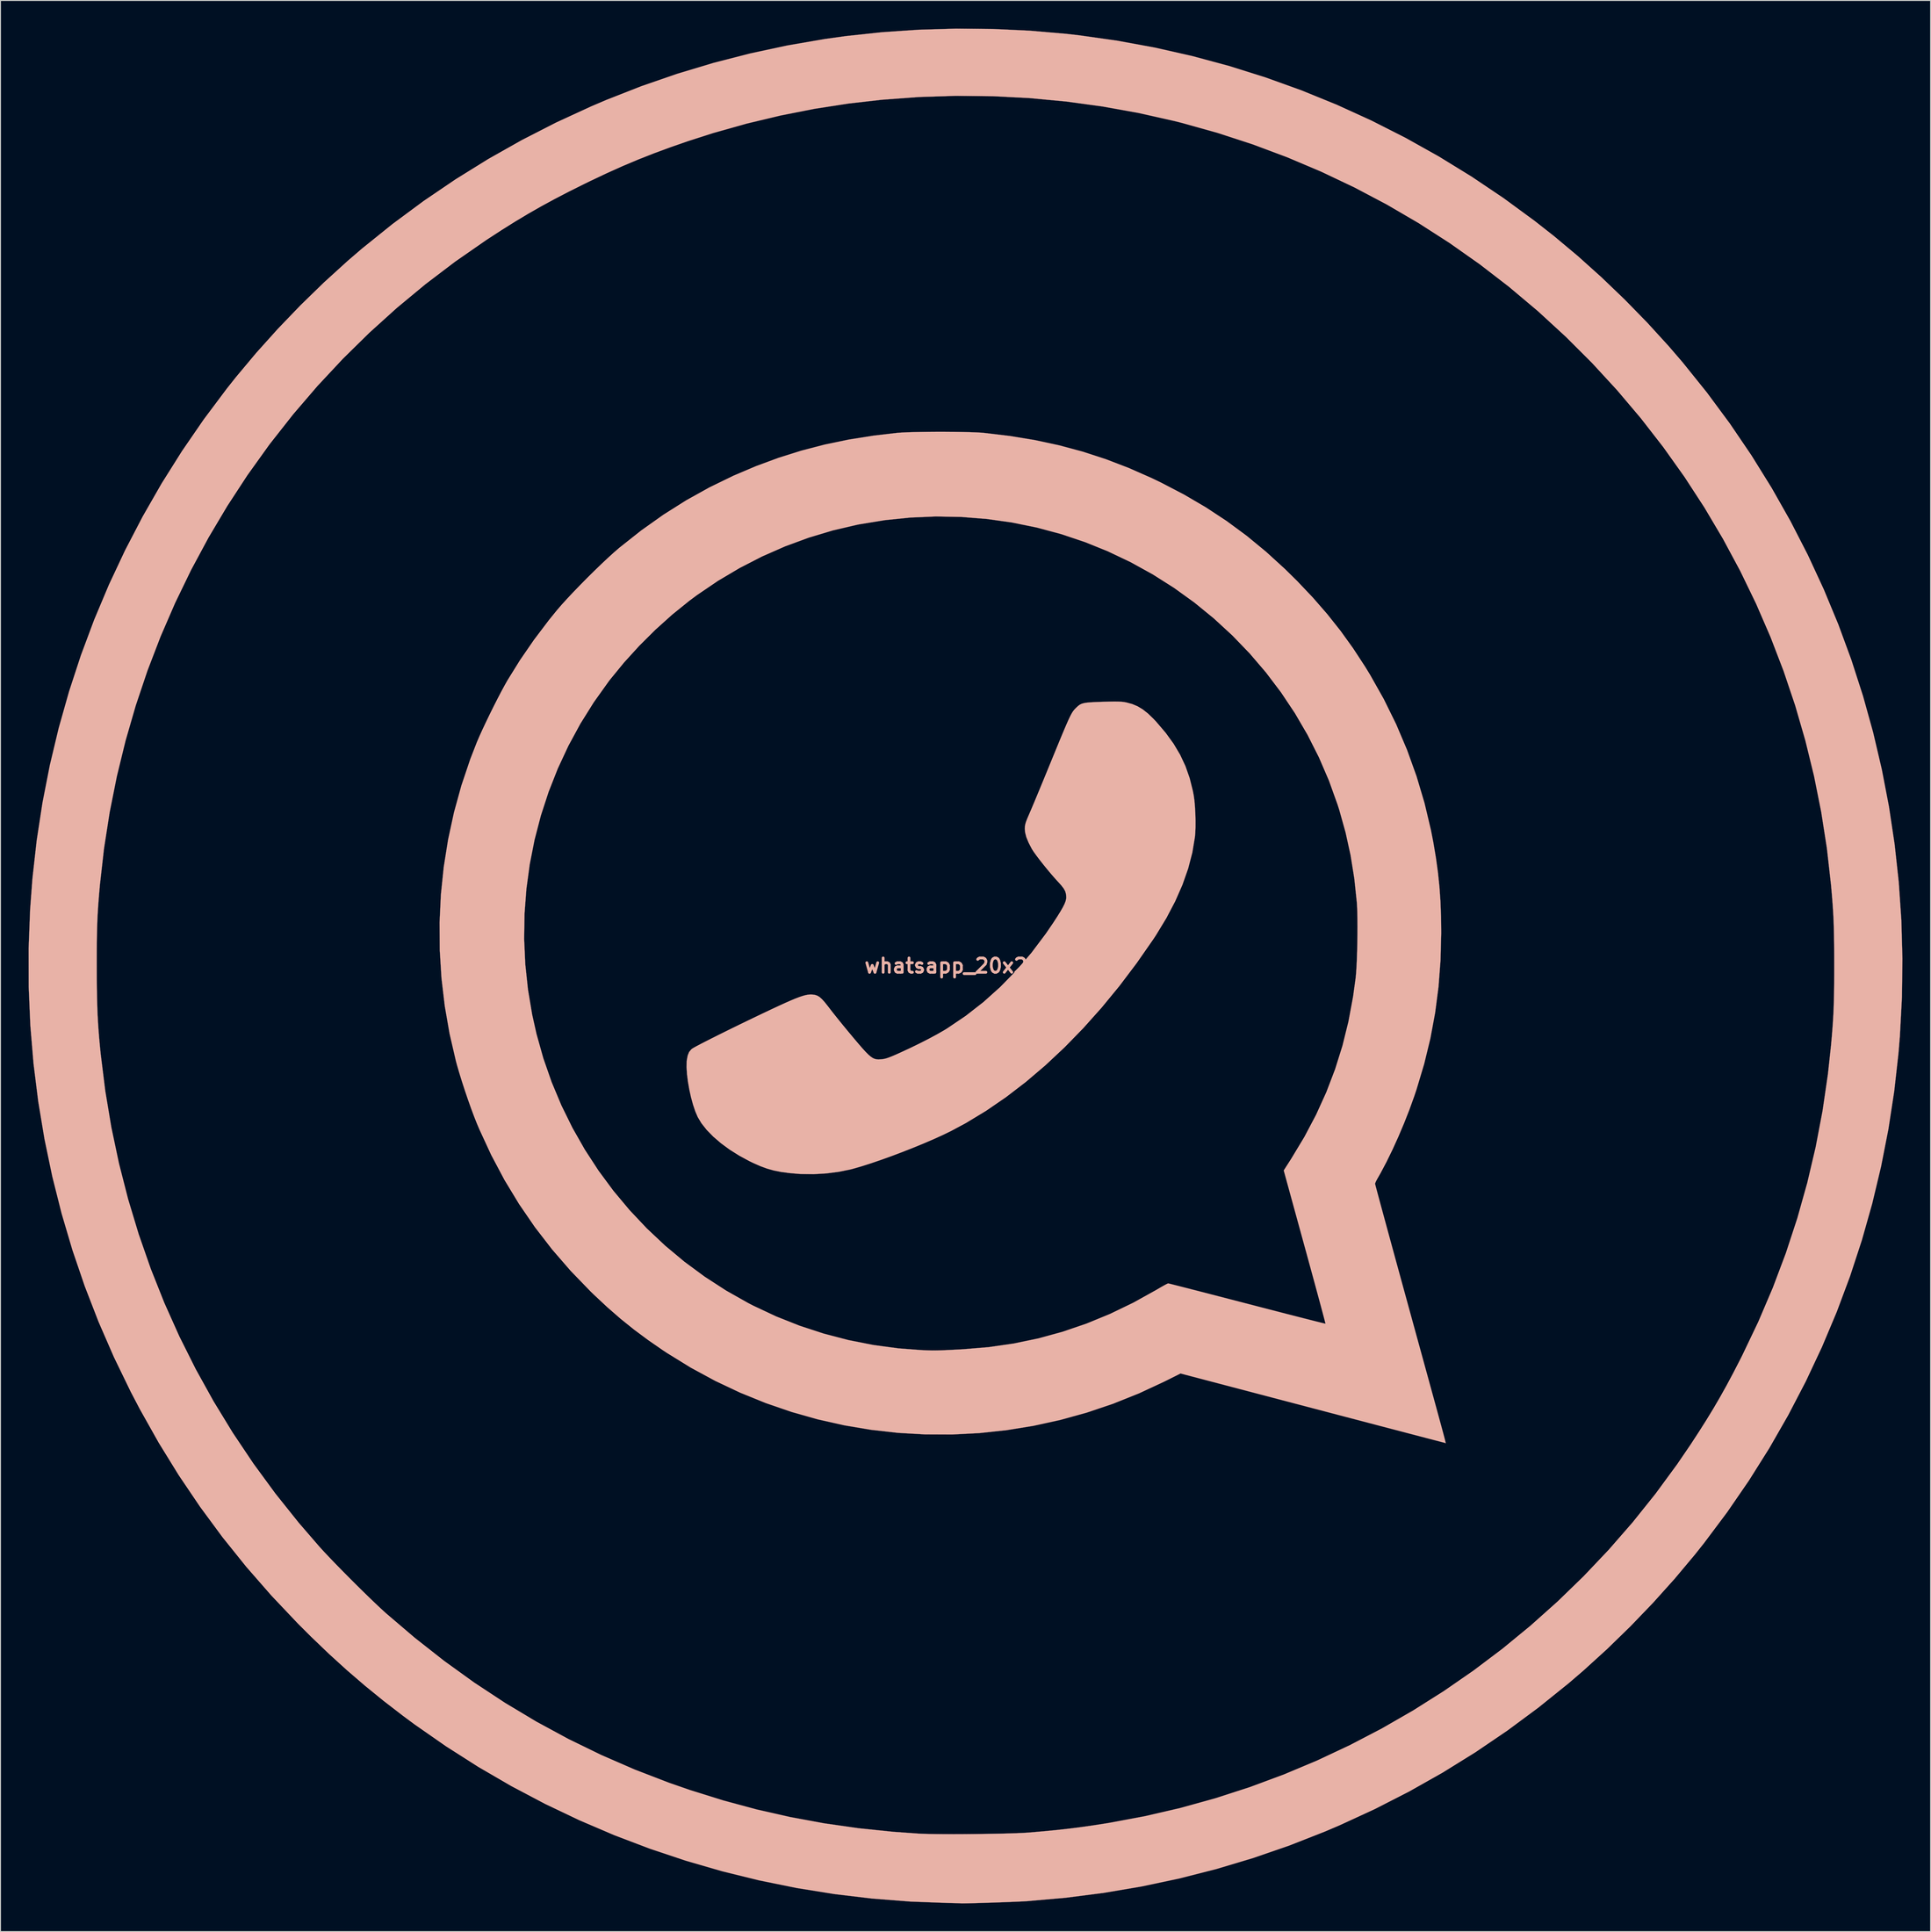
<source format=kicad_pcb>
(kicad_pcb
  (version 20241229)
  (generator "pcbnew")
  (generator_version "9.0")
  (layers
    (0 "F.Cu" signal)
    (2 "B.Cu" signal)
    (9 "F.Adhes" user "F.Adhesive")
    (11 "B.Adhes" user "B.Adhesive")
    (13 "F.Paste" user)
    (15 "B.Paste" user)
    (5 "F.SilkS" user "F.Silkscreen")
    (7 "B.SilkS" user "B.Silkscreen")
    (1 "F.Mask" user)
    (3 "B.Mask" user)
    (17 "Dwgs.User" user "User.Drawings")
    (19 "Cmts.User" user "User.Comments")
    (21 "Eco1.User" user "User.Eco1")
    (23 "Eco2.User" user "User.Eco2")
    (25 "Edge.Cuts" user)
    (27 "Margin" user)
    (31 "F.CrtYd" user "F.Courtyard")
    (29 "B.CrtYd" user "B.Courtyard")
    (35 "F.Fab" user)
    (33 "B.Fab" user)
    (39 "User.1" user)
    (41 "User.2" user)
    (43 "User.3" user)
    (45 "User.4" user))
  (footprint "whatsapp_20x20_B"
    (layer "F.Cu")
    (at 99.931 99.934)
    (property "Reference" "whatsapp_20x20_B" (at 0 0 0) (layer "B.SilkS") (effects (font (size 1.524 1.524) (thickness 0.3))))
    (attr through_hole)
    (fp_poly (pts (xy 16.261 -28.175) (xy 16.591 -28.16) (xy 16.863 -28.133) (xy 17.107 -28.092) (xy 17.158 -28.081) (xy 17.783 -27.912) (xy 18.356 -27.671) (xy 18.904 -27.343) (xy 19.457 -26.907) (xy 20.041 -26.346) (xy 20.354 -26.013) (xy 21.352 -24.843) (xy 22.196 -23.681) (xy 22.896 -22.503) (xy 23.465 -21.286) (xy 23.914 -20.006) (xy 24.255 -18.641) (xy 24.347 -18.161) (xy 24.422 -17.625) (xy 24.479 -16.97) (xy 24.518 -16.246) (xy 24.538 -15.502) (xy 24.536 -14.788) (xy 24.511 -14.153) (xy 24.477 -13.754) (xy 24.198 -12.08) (xy 23.754 -10.376) (xy 23.144 -8.642) (xy 22.369 -6.88) (xy 21.43 -5.092) (xy 20.328 -3.278) (xy 20.037 -2.836) (xy 18.258 -0.282) (xy 16.416 2.155) (xy 14.515 4.468) (xy 12.561 6.653) (xy 10.56 8.704) (xy 8.517 10.616) (xy 6.438 12.384) (xy 4.328 14.002) (xy 2.193 15.466) (xy 0.038 16.77) (xy -1.524 17.607) (xy -2.389 18.028) (xy -3.37 18.474) (xy -4.439 18.934) (xy -5.568 19.397) (xy -6.727 19.853) (xy -7.888 20.291) (xy -9.023 20.699) (xy -10.104 21.068) (xy -11.101 21.385) (xy -11.986 21.64) (xy -12.277 21.716) (xy -13.511 21.969) (xy -14.836 22.138) (xy -16.193 22.217) (xy -17.523 22.201) (xy -17.84 22.182) (xy -18.819 22.096) (xy -19.672 21.982) (xy -20.44 21.829) (xy -21.165 21.625) (xy -21.889 21.359) (xy -22.653 21.021) (xy -23.059 20.824) (xy -24.141 20.238) (xy -25.153 19.6) (xy -26.077 18.921) (xy -26.897 18.217) (xy -27.598 17.501) (xy -28.163 16.786) (xy -28.556 16.129) (xy -28.816 15.525) (xy -29.057 14.807) (xy -29.274 14.013) (xy -29.458 13.179) (xy -29.604 12.343) (xy -29.703 11.541) (xy -29.749 10.81) (xy -29.734 10.188) (xy -29.72 10.051) (xy -29.626 9.557) (xy -29.475 9.19) (xy -29.248 8.916) (xy -29.146 8.833) (xy -28.988 8.736) (xy -28.692 8.573) (xy -28.274 8.353) (xy -27.749 8.082) (xy -27.13 7.768) (xy -26.434 7.419) (xy -25.675 7.042) (xy -24.869 6.645) (xy -24.03 6.235) (xy -23.174 5.821) (xy -22.682 5.584) (xy -21.615 5.073) (xy -20.687 4.634) (xy -19.887 4.26) (xy -19.201 3.948) (xy -18.618 3.691) (xy -18.125 3.486) (xy -17.71 3.328) (xy -17.36 3.211) (xy -17.065 3.131) (xy -16.81 3.082) (xy -16.584 3.061) (xy -16.375 3.062) (xy -16.324 3.066) (xy -16.049 3.103) (xy -15.803 3.185) (xy -15.565 3.328) (xy -15.312 3.552) (xy -15.021 3.874) (xy -14.671 4.312) (xy -14.499 4.538) (xy -14.232 4.883) (xy -13.884 5.322) (xy -13.483 5.822) (xy -13.056 6.348) (xy -12.63 6.865) (xy -12.496 7.027) (xy -11.906 7.734) (xy -11.41 8.32) (xy -10.996 8.797) (xy -10.651 9.176) (xy -10.36 9.467) (xy -10.113 9.68) (xy -9.895 9.828) (xy -9.694 9.921) (xy -9.497 9.969) (xy -9.29 9.983) (xy -9.062 9.974) (xy -8.979 9.968) (xy -8.753 9.942) (xy -8.518 9.891) (xy -8.245 9.805) (xy -7.906 9.675) (xy -7.473 9.491) (xy -6.918 9.243) (xy -5.88 8.761) (xy -4.872 8.27) (xy -3.921 7.785) (xy -3.056 7.321) (xy -2.307 6.893) (xy -1.965 6.685) (xy 0.025 5.342) (xy 1.918 3.867) (xy 3.716 2.255) (xy 5.422 0.506) (xy 7.038 -1.385) (xy 8.568 -3.419) (xy 9.371 -4.597) (xy 9.798 -5.254) (xy 10.133 -5.793) (xy 10.385 -6.232) (xy 10.564 -6.589) (xy 10.679 -6.882) (xy 10.738 -7.129) (xy 10.751 -7.305) (xy 10.728 -7.642) (xy 10.641 -7.945) (xy 10.474 -8.25) (xy 10.206 -8.595) (xy 9.927 -8.903) (xy 9.561 -9.304) (xy 9.156 -9.769) (xy 8.733 -10.273) (xy 8.314 -10.789) (xy 7.919 -11.29) (xy 7.571 -11.749) (xy 7.289 -12.14) (xy 7.096 -12.437) (xy 7.072 -12.478) (xy 6.726 -13.147) (xy 6.492 -13.721) (xy 6.363 -14.221) (xy 6.329 -14.607) (xy 6.339 -14.844) (xy 6.375 -15.073) (xy 6.451 -15.332) (xy 6.576 -15.661) (xy 6.762 -16.097) (xy 6.796 -16.173) (xy 6.926 -16.473) (xy 7.111 -16.908) (xy 7.342 -17.457) (xy 7.609 -18.097) (xy 7.905 -18.809) (xy 8.219 -19.569) (xy 8.544 -20.357) (xy 8.789 -20.955) (xy 9.246 -22.069) (xy 9.643 -23.037) (xy 9.986 -23.871) (xy 10.281 -24.582) (xy 10.533 -25.182) (xy 10.747 -25.682) (xy 10.928 -26.093) (xy 11.082 -26.426) (xy 11.213 -26.693) (xy 11.328 -26.905) (xy 11.43 -27.074) (xy 11.527 -27.21) (xy 11.622 -27.325) (xy 11.722 -27.431) (xy 11.83 -27.538) (xy 11.87 -27.576) (xy 12.04 -27.73) (xy 12.209 -27.85) (xy 12.402 -27.942) (xy 12.642 -28.011) (xy 12.953 -28.061) (xy 13.358 -28.097) (xy 13.883 -28.124) (xy 14.55 -28.148) (xy 14.647 -28.151) (xy 15.317 -28.17) (xy 15.845 -28.178) (xy 16.261 -28.175)) (stroke (width 0.01) (type solid)) (fill yes) (layer "B.SilkS"))
    (fp_poly (pts (xy -2.102 -56.939) (xy -1.216 -56.933) (xy -0.374 -56.921) (xy 0.399 -56.903) (xy 1.076 -56.88) (xy 1.63 -56.852) (xy 1.947 -56.826) (xy 4.735 -56.495) (xy 7.41 -56.055) (xy 9.994 -55.499) (xy 12.509 -54.823) (xy 14.977 -54.019) (xy 17.421 -53.082) (xy 19.861 -52.006) (xy 20.87 -51.52) (xy 23.324 -50.241) (xy 25.649 -48.879) (xy 27.867 -47.419) (xy 30 -45.846) (xy 32.067 -44.144) (xy 34.091 -42.298) (xy 35.399 -41.008) (xy 37.064 -39.252) (xy 38.591 -37.498) (xy 40.009 -35.712) (xy 41.344 -33.857) (xy 42.625 -31.899) (xy 43.157 -31.03) (xy 44.621 -28.433) (xy 45.937 -25.759) (xy 47.101 -23.017) (xy 48.11 -20.215) (xy 48.96 -17.364) (xy 49.648 -14.471) (xy 49.903 -13.166) (xy 50.179 -11.526) (xy 50.395 -9.959) (xy 50.556 -8.418) (xy 50.665 -6.855) (xy 50.726 -5.221) (xy 50.744 -3.514) (xy 50.672 -0.602) (xy 50.457 2.232) (xy 50.096 5.01) (xy 49.587 7.75) (xy 48.924 10.471) (xy 48.107 13.193) (xy 47.863 13.919) (xy 47.352 15.336) (xy 46.785 16.778) (xy 46.179 18.21) (xy 45.548 19.599) (xy 44.908 20.909) (xy 44.274 22.106) (xy 43.926 22.716) (xy 43.793 22.963) (xy 43.707 23.164) (xy 43.688 23.244) (xy 43.71 23.338) (xy 43.775 23.586) (xy 43.88 23.981) (xy 44.023 24.513) (xy 44.201 25.173) (xy 44.413 25.955) (xy 44.656 26.847) (xy 44.927 27.843) (xy 45.225 28.934) (xy 45.546 30.11) (xy 45.889 31.364) (xy 46.252 32.687) (xy 46.631 34.069) (xy 47.025 35.504) (xy 47.408 36.898) (xy 47.897 38.678) (xy 48.343 40.301) (xy 48.749 41.775) (xy 49.115 43.108) (xy 49.444 44.305) (xy 49.738 45.375) (xy 49.999 46.324) (xy 50.228 47.159) (xy 50.427 47.888) (xy 50.599 48.518) (xy 50.746 49.056) (xy 50.868 49.508) (xy 50.969 49.882) (xy 51.05 50.186) (xy 51.113 50.426) (xy 51.159 50.608) (xy 51.192 50.742) (xy 51.212 50.833) (xy 51.222 50.888) (xy 51.223 50.916) (xy 51.218 50.922) (xy 51.208 50.914) (xy 51.195 50.899) (xy 51.182 50.884) (xy 51.169 50.877) (xy 51.169 50.877) (xy 51.081 50.855) (xy 50.837 50.792) (xy 50.446 50.69) (xy 49.917 50.552) (xy 49.258 50.38) (xy 48.477 50.176) (xy 47.583 49.942) (xy 46.584 49.68) (xy 45.488 49.393) (xy 44.305 49.083) (xy 43.042 48.751) (xy 41.708 48.401) (xy 40.311 48.035) (xy 38.86 47.653) (xy 37.362 47.26) (xy 37.018 47.17) (xy 22.94 43.47) (xy 21.228 44.325) (xy 18.508 45.591) (xy 15.744 46.697) (xy 12.942 47.642) (xy 10.108 48.427) (xy 7.25 49.053) (xy 4.373 49.519) (xy 1.483 49.827) (xy -1.412 49.977) (xy -4.308 49.968) (xy -7.196 49.802) (xy -10.071 49.479) (xy -12.927 48.999) (xy -15.758 48.363) (xy -18.556 47.57) (xy -21.315 46.622) (xy -24.03 45.519) (xy -26.693 44.261) (xy -29.299 42.849) (xy -31.84 41.282) (xy -32.216 41.034) (xy -33.838 39.914) (xy -35.348 38.793) (xy -36.788 37.635) (xy -38.203 36.403) (xy -39.636 35.063) (xy -39.994 34.715) (xy -42.111 32.527) (xy -44.087 30.246) (xy -45.922 27.871) (xy -47.615 25.402) (xy -49.168 22.839) (xy -50.581 20.18) (xy -51.854 17.427) (xy -52.117 16.806) (xy -52.409 16.07) (xy -52.729 15.212) (xy -53.062 14.274) (xy -53.394 13.298) (xy -53.71 12.326) (xy -53.997 11.4) (xy -54.24 10.563) (xy -54.349 10.16) (xy -55.027 7.234) (xy -55.539 4.286) (xy -55.888 1.323) (xy -56.073 -1.647) (xy -56.081 -2.846) (xy -47.074 -2.846) (xy -46.952 -0.158) (xy -46.666 2.531) (xy -46.216 5.215) (xy -45.759 7.26) (xy -45.028 9.863) (xy -44.141 12.406) (xy -43.103 14.882) (xy -41.92 17.286) (xy -40.596 19.611) (xy -39.137 21.851) (xy -37.547 24) (xy -35.83 26.051) (xy -33.993 27.999) (xy -32.04 29.837) (xy -29.976 31.559) (xy -27.806 33.159) (xy -25.535 34.63) (xy -23.167 35.967) (xy -22.648 36.235) (xy -20.203 37.384) (xy -17.687 38.381) (xy -15.113 39.223) (xy -12.491 39.908) (xy -9.833 40.433) (xy -7.149 40.794) (xy -4.741 40.975) (xy -4.329 40.994) (xy -3.968 41.008) (xy -3.635 41.016) (xy -3.303 41.018) (xy -2.947 41.013) (xy -2.54 41) (xy -2.057 40.98) (xy -1.472 40.952) (xy -0.759 40.915) (xy -0.254 40.888) (xy 2.47 40.662) (xy 5.144 40.277) (xy 7.772 39.731) (xy 10.358 39.023) (xy 12.907 38.153) (xy 15.423 37.119) (xy 17.909 35.919) (xy 20.37 34.552) (xy 20.476 34.489) (xy 20.857 34.266) (xy 21.189 34.079) (xy 21.445 33.943) (xy 21.596 33.873) (xy 21.619 33.867) (xy 21.713 33.888) (xy 21.96 33.948) (xy 22.348 34.046) (xy 22.867 34.178) (xy 23.506 34.341) (xy 24.254 34.533) (xy 25.099 34.75) (xy 26.03 34.99) (xy 27.037 35.251) (xy 28.109 35.528) (xy 29.233 35.82) (xy 30.045 36.03) (xy 31.199 36.33) (xy 32.305 36.616) (xy 33.355 36.887) (xy 34.335 37.14) (xy 35.236 37.371) (xy 36.047 37.578) (xy 36.756 37.759) (xy 37.352 37.91) (xy 37.826 38.028) (xy 38.165 38.112) (xy 38.359 38.157) (xy 38.402 38.165) (xy 38.384 38.081) (xy 38.324 37.845) (xy 38.225 37.467) (xy 38.09 36.959) (xy 37.922 36.332) (xy 37.724 35.597) (xy 37.498 34.764) (xy 37.248 33.845) (xy 36.977 32.85) (xy 36.687 31.792) (xy 36.383 30.679) (xy 36.19 29.978) (xy 33.949 21.821) (xy 34.742 20.584) (xy 36.154 18.242) (xy 37.403 15.877) (xy 38.493 13.477) (xy 39.428 11.031) (xy 40.213 8.526) (xy 40.85 5.952) (xy 41.345 3.295) (xy 41.617 1.312) (xy 41.667 0.785) (xy 41.71 0.119) (xy 41.747 -0.653) (xy 41.776 -1.501) (xy 41.797 -2.392) (xy 41.81 -3.296) (xy 41.814 -4.182) (xy 41.809 -5.017) (xy 41.794 -5.771) (xy 41.768 -6.413) (xy 41.746 -6.748) (xy 41.476 -9.315) (xy 41.078 -11.795) (xy 40.546 -14.218) (xy 39.875 -16.614) (xy 39.692 -17.187) (xy 38.775 -19.739) (xy 37.707 -22.218) (xy 36.495 -24.617) (xy 35.144 -26.932) (xy 33.66 -29.157) (xy 32.047 -31.286) (xy 30.311 -33.314) (xy 28.457 -35.235) (xy 26.492 -37.043) (xy 24.42 -38.734) (xy 22.246 -40.3) (xy 19.976 -41.738) (xy 17.616 -43.041) (xy 15.17 -44.203) (xy 12.782 -45.168) (xy 10.216 -46.03) (xy 7.603 -46.731) (xy 4.952 -47.27) (xy 2.27 -47.647) (xy -0.433 -47.861) (xy -3.152 -47.912) (xy -5.877 -47.798) (xy -8.6 -47.52) (xy -11.315 -47.076) (xy -11.557 -47.029) (xy -14.156 -46.423) (xy -16.719 -45.654) (xy -19.235 -44.728) (xy -21.695 -43.648) (xy -24.087 -42.419) (xy -26.403 -41.047) (xy -28.631 -39.535) (xy -29.464 -38.916) (xy -31.283 -37.447) (xy -33.068 -35.842) (xy -34.787 -34.133) (xy -36.407 -32.355) (xy -37.895 -30.538) (xy -38.069 -30.311) (xy -39.645 -28.103) (xy -41.075 -25.817) (xy -42.355 -23.458) (xy -43.485 -21.035) (xy -44.464 -18.553) (xy -45.29 -16.021) (xy -45.962 -13.445) (xy -46.477 -10.832) (xy -46.835 -8.19) (xy -47.035 -5.526) (xy -47.074 -2.846) (xy -56.081 -2.846) (xy -56.094 -4.618) (xy -55.953 -7.582) (xy -55.649 -10.531) (xy -55.183 -13.457) (xy -54.556 -16.355) (xy -53.768 -19.215) (xy -52.82 -22.031) (xy -52.118 -23.834) (xy -51.861 -24.434) (xy -51.539 -25.146) (xy -51.167 -25.936) (xy -50.764 -26.772) (xy -50.345 -27.619) (xy -49.927 -28.443) (xy -49.526 -29.213) (xy -49.159 -29.892) (xy -48.851 -30.438) (xy -47.507 -32.602) (xy -46.022 -34.759) (xy -44.42 -36.875) (xy -43.562 -37.931) (xy -43.083 -38.486) (xy -42.5 -39.128) (xy -41.837 -39.834) (xy -41.117 -40.579) (xy -40.365 -41.341) (xy -39.603 -42.095) (xy -38.856 -42.817) (xy -38.147 -43.484) (xy -37.501 -44.071) (xy -36.941 -44.556) (xy -36.915 -44.578) (xy -34.586 -46.42) (xy -32.215 -48.102) (xy -29.789 -49.633) (xy -27.296 -51.02) (xy -24.723 -52.27) (xy -22.352 -53.276) (xy -19.936 -54.168) (xy -17.495 -54.935) (xy -15.007 -55.581) (xy -12.448 -56.112) (xy -9.796 -56.533) (xy -7.281 -56.826) (xy -6.837 -56.859) (xy -6.249 -56.887) (xy -5.546 -56.908) (xy -4.753 -56.924) (xy -3.897 -56.935) (xy -3.004 -56.94) (xy -2.102 -56.939)) (stroke (width 0.01) (type solid)) (fill yes) (layer "B.SilkS"))
    (fp_poly (pts (xy 2.918 -99.895) (xy 6.839 -99.712) (xy 10.714 -99.38) (xy 12.107 -99.223) (xy 16.184 -98.646) (xy 20.217 -97.906) (xy 24.203 -97.004) (xy 28.138 -95.943) (xy 32.02 -94.722) (xy 35.845 -93.345) (xy 39.608 -91.812) (xy 43.307 -90.125) (xy 46.938 -88.285) (xy 50.497 -86.294) (xy 53.981 -84.153) (xy 57.387 -81.864) (xy 60.71 -79.429) (xy 62.78 -77.804) (xy 65.327 -75.672) (xy 67.854 -73.403) (xy 70.33 -71.027) (xy 72.725 -68.575) (xy 75.005 -66.077) (xy 76.494 -64.347) (xy 79.088 -61.122) (xy 81.536 -57.813) (xy 83.838 -54.423) (xy 85.991 -50.957) (xy 87.995 -47.418) (xy 89.849 -43.81) (xy 91.55 -40.138) (xy 93.099 -36.406) (xy 94.493 -32.617) (xy 95.732 -28.777) (xy 96.814 -24.887) (xy 97.737 -20.954) (xy 98.502 -16.98) (xy 99.105 -12.97) (xy 99.547 -8.928) (xy 99.825 -4.857) (xy 99.939 -0.763) (xy 99.888 3.351) (xy 99.669 7.482) (xy 99.519 9.313) (xy 99.064 13.378) (xy 98.445 17.408) (xy 97.662 21.4) (xy 96.718 25.349) (xy 95.614 29.251) (xy 94.352 33.103) (xy 92.934 36.898) (xy 91.361 40.634) (xy 89.636 44.306) (xy 87.76 47.909) (xy 85.735 51.44) (xy 83.562 54.893) (xy 81.243 58.265) (xy 78.781 61.551) (xy 77.805 62.78) (xy 75.638 65.366) (xy 73.335 67.928) (xy 70.925 70.434) (xy 68.439 72.853) (xy 65.909 75.153) (xy 64.347 76.494) (xy 61.11 79.098) (xy 57.79 81.555) (xy 54.385 83.865) (xy 50.896 86.029) (xy 47.321 88.046) (xy 43.66 89.919) (xy 39.911 91.645) (xy 38.312 92.327) (xy 34.522 93.813) (xy 30.672 95.141) (xy 26.767 96.31) (xy 22.811 97.319) (xy 18.808 98.168) (xy 14.761 98.854) (xy 10.675 99.378) (xy 6.562 99.738) (xy 6.235 99.757) (xy 5.795 99.779) (xy 5.264 99.802) (xy 4.661 99.827) (xy 4.01 99.851) (xy 3.331 99.876) (xy 2.646 99.899) (xy 1.977 99.92) (xy 1.345 99.939) (xy 0.772 99.955) (xy 0.279 99.967) (xy -0.112 99.974) (xy -0.38 99.976) (xy -0.504 99.972) (xy -0.508 99.971) (xy -0.603 99.963) (xy -0.837 99.955) (xy -1.177 99.946) (xy -1.594 99.937) (xy -1.778 99.934) (xy -5.876 99.781) (xy -9.952 99.462) (xy -14.001 98.979) (xy -18.018 98.332) (xy -21.998 97.523) (xy -25.936 96.554) (xy -29.829 95.426) (xy -33.671 94.142) (xy -37.458 92.703) (xy -41.185 91.109) (xy -44.846 89.364) (xy -48.439 87.468) (xy -51.957 85.424) (xy -55.396 83.232) (xy -58.752 80.895) (xy -59.986 79.982) (xy -62.061 78.383) (xy -64.044 76.77) (xy -65.971 75.113) (xy -67.875 73.383) (xy -69.79 71.548) (xy -71.206 70.135) (xy -74.027 67.157) (xy -76.706 64.091) (xy -79.244 60.932) (xy -81.645 57.677) (xy -83.913 54.32) (xy -86.05 50.857) (xy -88.06 47.283) (xy -89.034 45.424) (xy -90.827 41.729) (xy -92.462 37.976) (xy -93.938 34.17) (xy -95.253 30.314) (xy -96.408 26.413) (xy -97.401 22.469) (xy -98.232 18.488) (xy -98.9 14.472) (xy -99.404 10.426) (xy -99.744 6.353) (xy -99.918 2.258) (xy -99.923 -0.333) (xy -92.66 -0.333) (xy -92.66 0.042) (xy -92.657 1.307) (xy -92.647 2.431) (xy -92.63 3.441) (xy -92.605 4.366) (xy -92.571 5.235) (xy -92.525 6.074) (xy -92.468 6.913) (xy -92.397 7.779) (xy -92.311 8.7) (xy -92.241 9.398) (xy -91.754 13.334) (xy -91.104 17.228) (xy -90.291 21.075) (xy -89.319 24.873) (xy -88.188 28.619) (xy -86.9 32.308) (xy -85.456 35.937) (xy -83.858 39.504) (xy -82.107 43.004) (xy -80.205 46.434) (xy -78.154 49.791) (xy -75.955 53.071) (xy -73.609 56.271) (xy -71.118 59.388) (xy -68.9 61.955) (xy -68.435 62.464) (xy -67.871 63.062) (xy -67.23 63.729) (xy -66.532 64.444) (xy -65.799 65.185) (xy -65.052 65.932) (xy -64.313 66.662) (xy -63.601 67.356) (xy -62.94 67.991) (xy -62.349 68.547) (xy -61.85 69.002) (xy -61.807 69.041) (xy -58.735 71.66) (xy -55.598 74.124) (xy -52.394 76.433) (xy -49.12 78.588) (xy -45.775 80.592) (xy -42.355 82.444) (xy -38.859 84.147) (xy -35.286 85.702) (xy -31.631 87.11) (xy -29.379 87.891) (xy -25.816 89.003) (xy -22.26 89.962) (xy -18.691 90.771) (xy -15.089 91.435) (xy -11.434 91.958) (xy -7.706 92.343) (xy -4.953 92.537) (xy -4.449 92.559) (xy -3.802 92.575) (xy -3.036 92.586) (xy -2.173 92.593) (xy -1.238 92.594) (xy -0.254 92.591) (xy 0.757 92.584) (xy 1.771 92.572) (xy 2.764 92.557) (xy 3.713 92.539) (xy 4.596 92.517) (xy 5.388 92.492) (xy 6.066 92.464) (xy 6.607 92.433) (xy 6.773 92.421) (xy 8.296 92.29) (xy 9.695 92.154) (xy 11.015 92.008) (xy 12.301 91.845) (xy 13.6 91.661) (xy 14.955 91.45) (xy 15.325 91.39) (xy 19.146 90.676) (xy 22.924 89.801) (xy 26.654 88.767) (xy 30.331 87.577) (xy 33.95 86.234) (xy 37.506 84.743) (xy 40.996 83.104) (xy 44.414 81.323) (xy 47.755 79.401) (xy 51.015 77.342) (xy 54.189 75.149) (xy 57.273 72.825) (xy 60.26 70.372) (xy 63.148 67.795) (xy 65.931 65.097) (xy 68.604 62.279) (xy 71.163 59.346) (xy 73.603 56.3) (xy 75.919 53.144) (xy 77.344 51.054) (xy 78.232 49.694) (xy 79.038 48.423) (xy 79.783 47.202) (xy 80.489 45.991) (xy 81.181 44.752) (xy 81.88 43.446) (xy 82.609 42.033) (xy 82.861 41.533) (xy 84.573 37.948) (xy 86.122 34.316) (xy 87.508 30.638) (xy 88.731 26.913) (xy 89.791 23.143) (xy 90.688 19.326) (xy 91.423 15.463) (xy 91.994 11.553) (xy 92.323 8.509) (xy 92.404 7.605) (xy 92.471 6.783) (xy 92.526 6.012) (xy 92.57 5.266) (xy 92.604 4.516) (xy 92.629 3.734) (xy 92.647 2.891) (xy 92.658 1.96) (xy 92.663 0.911) (xy 92.664 -0.085) (xy 92.662 -1.247) (xy 92.655 -2.268) (xy 92.643 -3.176) (xy 92.625 -4) (xy 92.599 -4.768) (xy 92.564 -5.509) (xy 92.519 -6.25) (xy 92.462 -7.02) (xy 92.394 -7.847) (xy 92.324 -8.636) (xy 91.883 -12.543) (xy 91.278 -16.413) (xy 90.512 -20.241) (xy 89.586 -24.024) (xy 88.503 -27.757) (xy 87.264 -31.435) (xy 85.873 -35.054) (xy 84.331 -38.611) (xy 82.641 -42.1) (xy 80.804 -45.517) (xy 78.824 -48.859) (xy 76.702 -52.12) (xy 74.44 -55.296) (xy 72.041 -58.384) (xy 69.506 -61.378) (xy 66.839 -64.275) (xy 64.041 -67.069) (xy 61.114 -69.758) (xy 60.989 -69.867) (xy 57.967 -72.408) (xy 54.847 -74.811) (xy 51.634 -77.074) (xy 48.333 -79.195) (xy 44.946 -81.172) (xy 41.479 -83.002) (xy 37.936 -84.683) (xy 34.321 -86.213) (xy 30.637 -87.591) (xy 26.889 -88.813) (xy 23.082 -89.878) (xy 22.295 -90.076) (xy 18.486 -90.933) (xy 14.637 -91.626) (xy 10.753 -92.157) (xy 6.843 -92.524) (xy 2.914 -92.727) (xy -1.028 -92.765) (xy -4.975 -92.639) (xy -8.92 -92.348) (xy -12.488 -91.941) (xy -16.095 -91.382) (xy -19.719 -90.668) (xy -23.331 -89.805) (xy -26.901 -88.8) (xy -29.591 -87.937) (xy -31.466 -87.286) (xy -33.222 -86.638) (xy -34.908 -85.974) (xy -36.57 -85.274) (xy -38.255 -84.518) (xy -40.011 -83.687) (xy -40.682 -83.36) (xy -42.32 -82.543) (xy -43.836 -81.755) (xy -45.269 -80.976) (xy -46.659 -80.182) (xy -48.044 -79.352) (xy -49.464 -78.462) (xy -50.958 -77.491) (xy -51.181 -77.343) (xy -54.44 -75.081) (xy -57.596 -72.684) (xy -60.645 -70.158) (xy -63.584 -67.505) (xy -66.408 -64.729) (xy -69.115 -61.832) (xy -71.701 -58.82) (xy -74.162 -55.694) (xy -74.308 -55.499) (xy -76.596 -52.307) (xy -78.74 -49.025) (xy -80.741 -45.66) (xy -82.594 -42.217) (xy -84.298 -38.7) (xy -85.852 -35.117) (xy -87.253 -31.471) (xy -88.498 -27.768) (xy -89.587 -24.014) (xy -90.516 -20.214) (xy -91.284 -16.374) (xy -91.889 -12.499) (xy -92.324 -8.636) (xy -92.402 -7.756) (xy -92.468 -6.959) (xy -92.522 -6.219) (xy -92.565 -5.507) (xy -92.599 -4.798) (xy -92.624 -4.064) (xy -92.642 -3.278) (xy -92.653 -2.412) (xy -92.659 -1.439) (xy -92.66 -0.333) (xy -99.923 -0.333) (xy -99.926 -1.855) (xy -99.768 -5.983) (xy -99.519 -9.313) (xy -99.064 -13.378) (xy -98.445 -17.408) (xy -97.662 -21.4) (xy -96.718 -25.349) (xy -95.614 -29.251) (xy -94.352 -33.103) (xy -92.934 -36.898) (xy -91.361 -40.634) (xy -89.636 -44.306) (xy -87.76 -47.909) (xy -85.735 -51.44) (xy -83.562 -54.893) (xy -81.243 -58.265) (xy -78.781 -61.551) (xy -77.805 -62.78) (xy -75.638 -65.366) (xy -73.335 -67.928) (xy -70.925 -70.434) (xy -68.439 -72.853) (xy -65.909 -75.153) (xy -64.347 -76.494) (xy -61.11 -79.098) (xy -57.79 -81.555) (xy -54.385 -83.865) (xy -50.896 -86.029) (xy -47.321 -88.046) (xy -43.66 -89.919) (xy -39.911 -91.645) (xy -38.312 -92.327) (xy -34.571 -93.794) (xy -30.757 -95.111) (xy -26.884 -96.276) (xy -22.963 -97.284) (xy -19.009 -98.133) (xy -15.035 -98.819) (xy -12.742 -99.138) (xy -8.88 -99.551) (xy -4.966 -99.814) (xy -1.025 -99.929) (xy 2.918 -99.895)) (stroke (width 0.01) (type solid)) (fill yes) (layer "B.SilkS")))
  (gr_rect
    (start -3 -3)
    (end 202.876 202.915)
    (stroke (width 0.1) (type default))
    (fill no)
    (layer "Edge.Cuts")))
</source>
